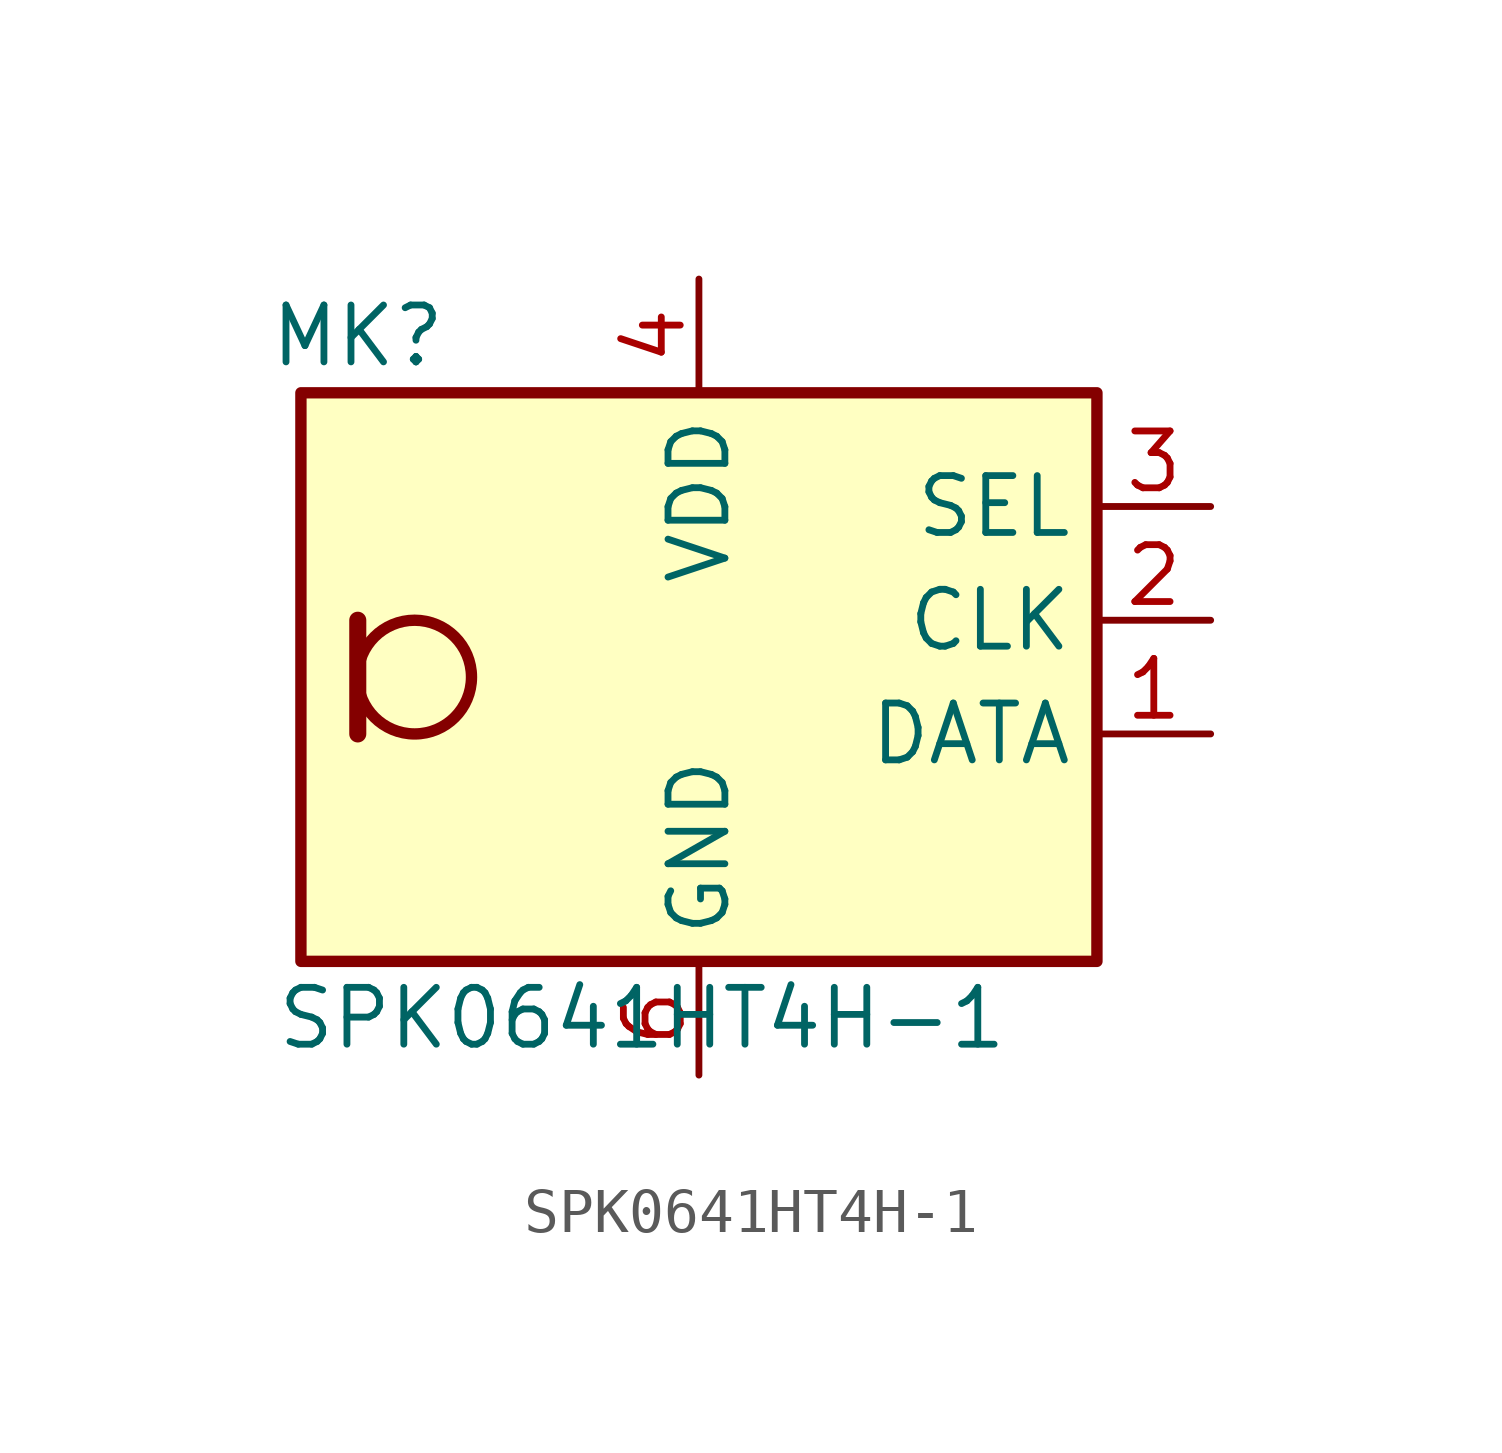
<source format=kicad_sym>
(kicad_symbol_lib
  (version 20231120)
  (generator "kicad_symbol_editor")
  (generator_version "8.0")
  (symbol "SPK0641HT4H-1"
    (property "Reference" "MK"
      (at -7.62 7.62 0)
      (effects (font (size 1.27 1.27))))
    (property "Value" "SPK0641HT4H-1"
      (at -1.27 -7.62 0)
      (effects (font (size 1.27 1.27))))
    (symbol "SPK0641HT4H-1_1_1"
      (rectangle (start -8.89 6.35) (end 8.89 -6.35) (stroke (width 0.254) (type default)) (fill (type background)))
      (circle (center -6.35 0) (radius 1.27) (stroke (width 0.254) (type default)) (fill (type none)))
      (polyline (pts (xy -7.62 1.27) (xy -7.62 -1.27)) (stroke (width 0.381) (type default)) (fill (type none)))
      (pin output line (at 11.43 -1.27 180) (length 2.54) (name "DATA" (effects (font (size 1.27 1.27)))) (number "1" (effects (font (size 1.27 1.27)))))
      (pin input line (at 11.43 1.27 180) (length 2.54) (name "CLK" (effects (font (size 1.27 1.27)))) (number "2" (effects (font (size 1.27 1.27)))))
      (pin input line (at 11.43 3.81 180) (length 2.54) (name "SEL" (effects (font (size 1.27 1.27)))) (number "3" (effects (font (size 1.27 1.27)))))
      (pin power_in line (at 0 8.89 270) (length 2.54) (name "VDD" (effects (font (size 1.27 1.27)))) (number "4" (effects (font (size 1.27 1.27)))))
      (pin power_in line (at 0 -8.89 90) (length 2.54) hide (name "GND" (effects (font (size 1.27 1.27)))) (number "5" (effects (font (size 1.27 1.27)))))
      (pin power_in line (at 0 -8.89 90) (length 2.54) (name "GND" (effects (font (size 1.27 1.27)))) (number "6" (effects (font (size 1.27 1.27)))))
      (pin power_in line (at 0 -8.89 90) (length 2.54) hide (name "GND" (effects (font (size 1.27 1.27)))) (number "7" (effects (font (size 1.27 1.27)))))
      (pin power_in line (at 0 -8.89 90) (length 2.54) hide (name "GND" (effects (font (size 1.27 1.27)))) (number "8" (effects (font (size 1.27 1.27))))))))
</source>
